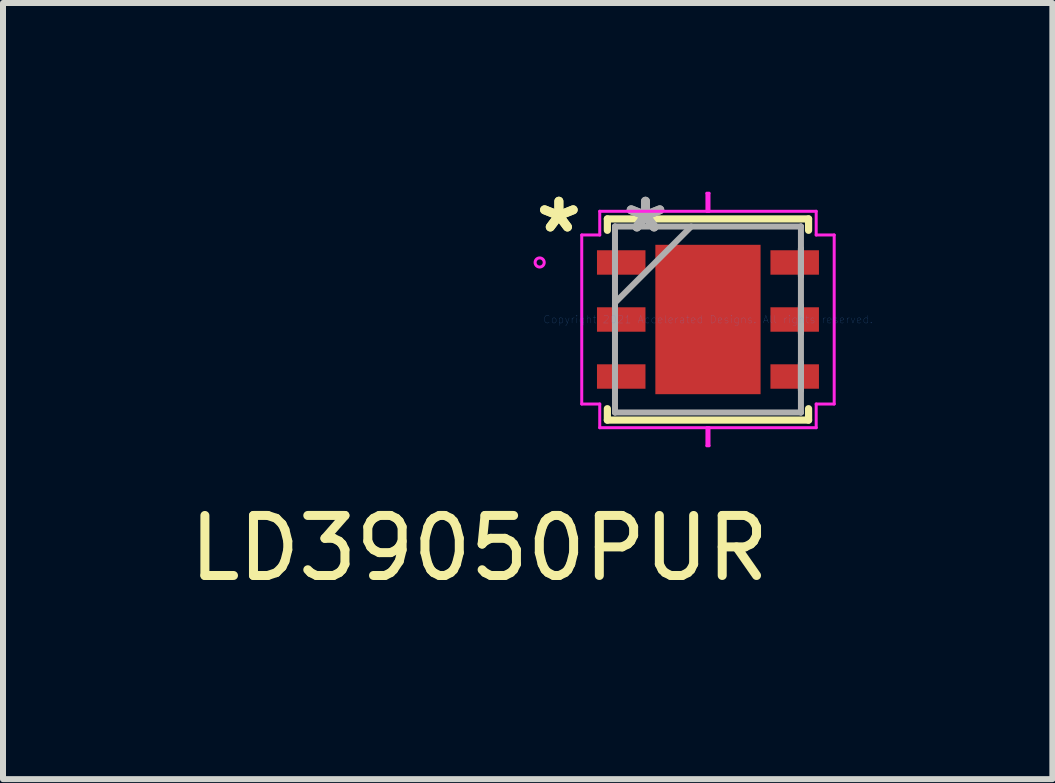
<source format=kicad_pcb>
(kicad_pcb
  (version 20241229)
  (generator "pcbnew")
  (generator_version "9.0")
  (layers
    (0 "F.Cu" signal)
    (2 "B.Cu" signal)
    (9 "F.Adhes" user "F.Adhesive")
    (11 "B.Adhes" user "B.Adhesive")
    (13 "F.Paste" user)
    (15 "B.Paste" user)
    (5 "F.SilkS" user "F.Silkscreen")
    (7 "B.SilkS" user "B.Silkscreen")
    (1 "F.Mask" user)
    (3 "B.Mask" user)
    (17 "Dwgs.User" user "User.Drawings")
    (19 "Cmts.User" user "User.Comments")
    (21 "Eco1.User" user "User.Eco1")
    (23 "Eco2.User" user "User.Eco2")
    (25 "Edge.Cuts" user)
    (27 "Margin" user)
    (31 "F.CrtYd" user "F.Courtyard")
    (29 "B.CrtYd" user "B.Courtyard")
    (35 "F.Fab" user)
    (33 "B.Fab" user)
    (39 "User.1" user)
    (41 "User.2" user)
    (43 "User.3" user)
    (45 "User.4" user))
  (footprint "LD39050PUR"
    (layer "F.Cu")
    (at 8.745 2.273)
    (property "Reference" "LD39050PUR" (at -3.81 3.81 0) (layer "F.SilkS") (effects (font (size 1 1) (thickness 0.15))))
    (attr through_hole)
    (fp_line (start -1.676 -1.676) (end -1.676 -1.486) (stroke (width 0.12) (type solid)) (layer "F.SilkS"))
    (fp_line (start -1.676 1.486) (end -1.676 1.676) (stroke (width 0.12) (type solid)) (layer "F.SilkS"))
    (fp_line (start -1.676 1.676) (end 1.676 1.676) (stroke (width 0.12) (type solid)) (layer "F.SilkS"))
    (fp_line (start 1.676 -1.676) (end -1.676 -1.676) (stroke (width 0.12) (type solid)) (layer "F.SilkS"))
    (fp_line (start 1.676 -1.486) (end 1.676 -1.676) (stroke (width 0.12) (type solid)) (layer "F.SilkS"))
    (fp_line (start 1.676 1.676) (end 1.676 1.486) (stroke (width 0.12) (type solid)) (layer "F.SilkS"))
    (fp_line (start -2.103 -1.408) (end -1.803 -1.408) (stroke (width 0.05) (type solid)) (layer "F.CrtYd"))
    (fp_line (start -2.103 1.408) (end -2.103 -1.408) (stroke (width 0.05) (type solid)) (layer "F.CrtYd"))
    (fp_line (start -1.803 -1.803) (end 0.017 -1.803) (stroke (width 0.05) (type solid)) (layer "F.CrtYd"))
    (fp_line (start -1.803 -1.408) (end -1.803 -1.803) (stroke (width 0.05) (type solid)) (layer "F.CrtYd"))
    (fp_line (start -1.803 1.408) (end -2.103 1.408) (stroke (width 0.05) (type solid)) (layer "F.CrtYd"))
    (fp_line (start -1.803 1.803) (end -1.803 1.408) (stroke (width 0.05) (type solid)) (layer "F.CrtYd"))
    (fp_line (start -0.017 -2.103) (end -0.017 -1.803) (stroke (width 0.05) (type solid)) (layer "F.CrtYd"))
    (fp_line (start -0.017 -1.803) (end 1.803 -1.803) (stroke (width 0.05) (type solid)) (layer "F.CrtYd"))
    (fp_line (start -0.017 1.803) (end -0.017 2.103) (stroke (width 0.05) (type solid)) (layer "F.CrtYd"))
    (fp_line (start -0.017 2.103) (end 0.017 2.103) (stroke (width 0.05) (type solid)) (layer "F.CrtYd"))
    (fp_line (start 0.017 -2.103) (end -0.017 -2.103) (stroke (width 0.05) (type solid)) (layer "F.CrtYd"))
    (fp_line (start 0.017 -1.803) (end 0.017 -2.103) (stroke (width 0.05) (type solid)) (layer "F.CrtYd"))
    (fp_line (start 0.017 1.803) (end -1.803 1.803) (stroke (width 0.05) (type solid)) (layer "F.CrtYd"))
    (fp_line (start 0.017 2.103) (end 0.017 1.803) (stroke (width 0.05) (type solid)) (layer "F.CrtYd"))
    (fp_line (start 1.803 -1.803) (end 1.803 -1.408) (stroke (width 0.05) (type solid)) (layer "F.CrtYd"))
    (fp_line (start 1.803 -1.408) (end 2.103 -1.408) (stroke (width 0.05) (type solid)) (layer "F.CrtYd"))
    (fp_line (start 1.803 1.408) (end 1.803 1.803) (stroke (width 0.05) (type solid)) (layer "F.CrtYd"))
    (fp_line (start 1.803 1.803) (end -0.017 1.803) (stroke (width 0.05) (type solid)) (layer "F.CrtYd"))
    (fp_line (start 2.103 -1.408) (end 2.103 1.408) (stroke (width 0.05) (type solid)) (layer "F.CrtYd"))
    (fp_line (start 2.103 1.408) (end 1.803 1.408) (stroke (width 0.05) (type solid)) (layer "F.CrtYd"))
    (fp_circle (center -2.804 -0.95) (end -2.728 -0.95) (stroke (width 0.05) (type solid)) (fill no) (layer "F.CrtYd"))
    (fp_line (start -1.549 -1.549) (end -1.549 -1.549) (stroke (width 0.1) (type solid)) (layer "F.Fab"))
    (fp_line (start -1.549 -1.549) (end -1.549 1.549) (stroke (width 0.1) (type solid)) (layer "F.Fab"))
    (fp_line (start -1.549 -1.179) (end -1.549 -1.179) (stroke (width 0.1) (type solid)) (layer "F.Fab"))
    (fp_line (start -1.549 -1.179) (end -1.549 -0.721) (stroke (width 0.1) (type solid)) (layer "F.Fab"))
    (fp_line (start -1.549 -0.721) (end -1.549 -1.179) (stroke (width 0.1) (type solid)) (layer "F.Fab"))
    (fp_line (start -1.549 -0.721) (end -1.549 -0.721) (stroke (width 0.1) (type solid)) (layer "F.Fab"))
    (fp_line (start -1.549 -0.279) (end -0.279 -1.549) (stroke (width 0.1) (type solid)) (layer "F.Fab"))
    (fp_line (start -1.549 -0.229) (end -1.549 -0.229) (stroke (width 0.1) (type solid)) (layer "F.Fab"))
    (fp_line (start -1.549 -0.229) (end -1.549 0.229) (stroke (width 0.1) (type solid)) (layer "F.Fab"))
    (fp_line (start -1.549 0.229) (end -1.549 -0.229) (stroke (width 0.1) (type solid)) (layer "F.Fab"))
    (fp_line (start -1.549 0.229) (end -1.549 0.229) (stroke (width 0.1) (type solid)) (layer "F.Fab"))
    (fp_line (start -1.549 0.721) (end -1.549 0.721) (stroke (width 0.1) (type solid)) (layer "F.Fab"))
    (fp_line (start -1.549 0.721) (end -1.549 1.179) (stroke (width 0.1) (type solid)) (layer "F.Fab"))
    (fp_line (start -1.549 1.179) (end -1.549 0.721) (stroke (width 0.1) (type solid)) (layer "F.Fab"))
    (fp_line (start -1.549 1.179) (end -1.549 1.179) (stroke (width 0.1) (type solid)) (layer "F.Fab"))
    (fp_line (start -1.549 1.549) (end -1.549 1.549) (stroke (width 0.1) (type solid)) (layer "F.Fab"))
    (fp_line (start -1.549 1.549) (end 1.549 1.549) (stroke (width 0.1) (type solid)) (layer "F.Fab"))
    (fp_line (start 1.549 -1.549) (end -1.549 -1.549) (stroke (width 0.1) (type solid)) (layer "F.Fab"))
    (fp_line (start 1.549 -1.549) (end 1.549 -1.549) (stroke (width 0.1) (type solid)) (layer "F.Fab"))
    (fp_line (start 1.549 -1.179) (end 1.549 -1.179) (stroke (width 0.1) (type solid)) (layer "F.Fab"))
    (fp_line (start 1.549 -1.179) (end 1.549 -0.721) (stroke (width 0.1) (type solid)) (layer "F.Fab"))
    (fp_line (start 1.549 -0.721) (end 1.549 -1.179) (stroke (width 0.1) (type solid)) (layer "F.Fab"))
    (fp_line (start 1.549 -0.721) (end 1.549 -0.721) (stroke (width 0.1) (type solid)) (layer "F.Fab"))
    (fp_line (start 1.549 -0.229) (end 1.549 -0.229) (stroke (width 0.1) (type solid)) (layer "F.Fab"))
    (fp_line (start 1.549 -0.229) (end 1.549 0.229) (stroke (width 0.1) (type solid)) (layer "F.Fab"))
    (fp_line (start 1.549 0.229) (end 1.549 -0.229) (stroke (width 0.1) (type solid)) (layer "F.Fab"))
    (fp_line (start 1.549 0.229) (end 1.549 0.229) (stroke (width 0.1) (type solid)) (layer "F.Fab"))
    (fp_line (start 1.549 0.721) (end 1.549 0.721) (stroke (width 0.1) (type solid)) (layer "F.Fab"))
    (fp_line (start 1.549 0.721) (end 1.549 1.179) (stroke (width 0.1) (type solid)) (layer "F.Fab"))
    (fp_line (start 1.549 1.179) (end 1.549 0.721) (stroke (width 0.1) (type solid)) (layer "F.Fab"))
    (fp_line (start 1.549 1.179) (end 1.549 1.179) (stroke (width 0.1) (type solid)) (layer "F.Fab"))
    (fp_line (start 1.549 1.549) (end 1.549 -1.549) (stroke (width 0.1) (type solid)) (layer "F.Fab"))
    (fp_line (start 1.549 1.549) (end 1.549 1.549) (stroke (width 0.1) (type solid)) (layer "F.Fab"))
    (fp_text user "*" (at -2.484 -1.425 0) (layer "F.SilkS") (effects (font (size 1 1) (thickness 0.15))))
    (fp_text user "*" (at -2.484 -1.425 0) (layer "F.SilkS") (effects (font (size 1 1) (thickness 0.15))))
    (fp_text user "Copyright 2021 Accelerated Designs. All rights reserved." (at 0 0 0) (layer "Cmts.User") (effects (font (size 0.127 0.127) (thickness 0.002))))
    (fp_text user "*" (at -1.041 -1.425 0) (layer "F.Fab") (effects (font (size 1 1) (thickness 0.15))))
    (fp_text user "*" (at -1.041 -1.425 0) (layer "F.Fab") (effects (font (size 1 1) (thickness 0.15))))
    (pad "1" smd rect (at -1.445 -0.95 90) (size 0.407 0.808) (layers "F.Cu" "F.Mask" "F.Paste"))
    (pad "2" smd rect (at -1.445 0 90) (size 0.407 0.808) (layers "F.Cu" "F.Mask" "F.Paste"))
    (pad "3" smd rect (at -1.445 0.95 90) (size 0.407 0.808) (layers "F.Cu" "F.Mask" "F.Paste"))
    (pad "4" smd rect (at 1.445 0.95 90) (size 0.407 0.808) (layers "F.Cu" "F.Mask" "F.Paste"))
    (pad "5" smd rect (at 1.445 0 90) (size 0.407 0.808) (layers "F.Cu" "F.Mask" "F.Paste"))
    (pad "6" smd rect (at 1.445 -0.95 90) (size 0.407 0.808) (layers "F.Cu" "F.Mask" "F.Paste"))
    (pad "7" smd rect (at 0 0) (size 1.753 2.489) (layers "F.Cu" "F.Mask" "F.Paste")))
  (gr_rect
    (start -3 -3)
    (end 14.483 9.931)
    (stroke (width 0.1) (type default))
    (fill no)
    (layer "Edge.Cuts")))
</source>
